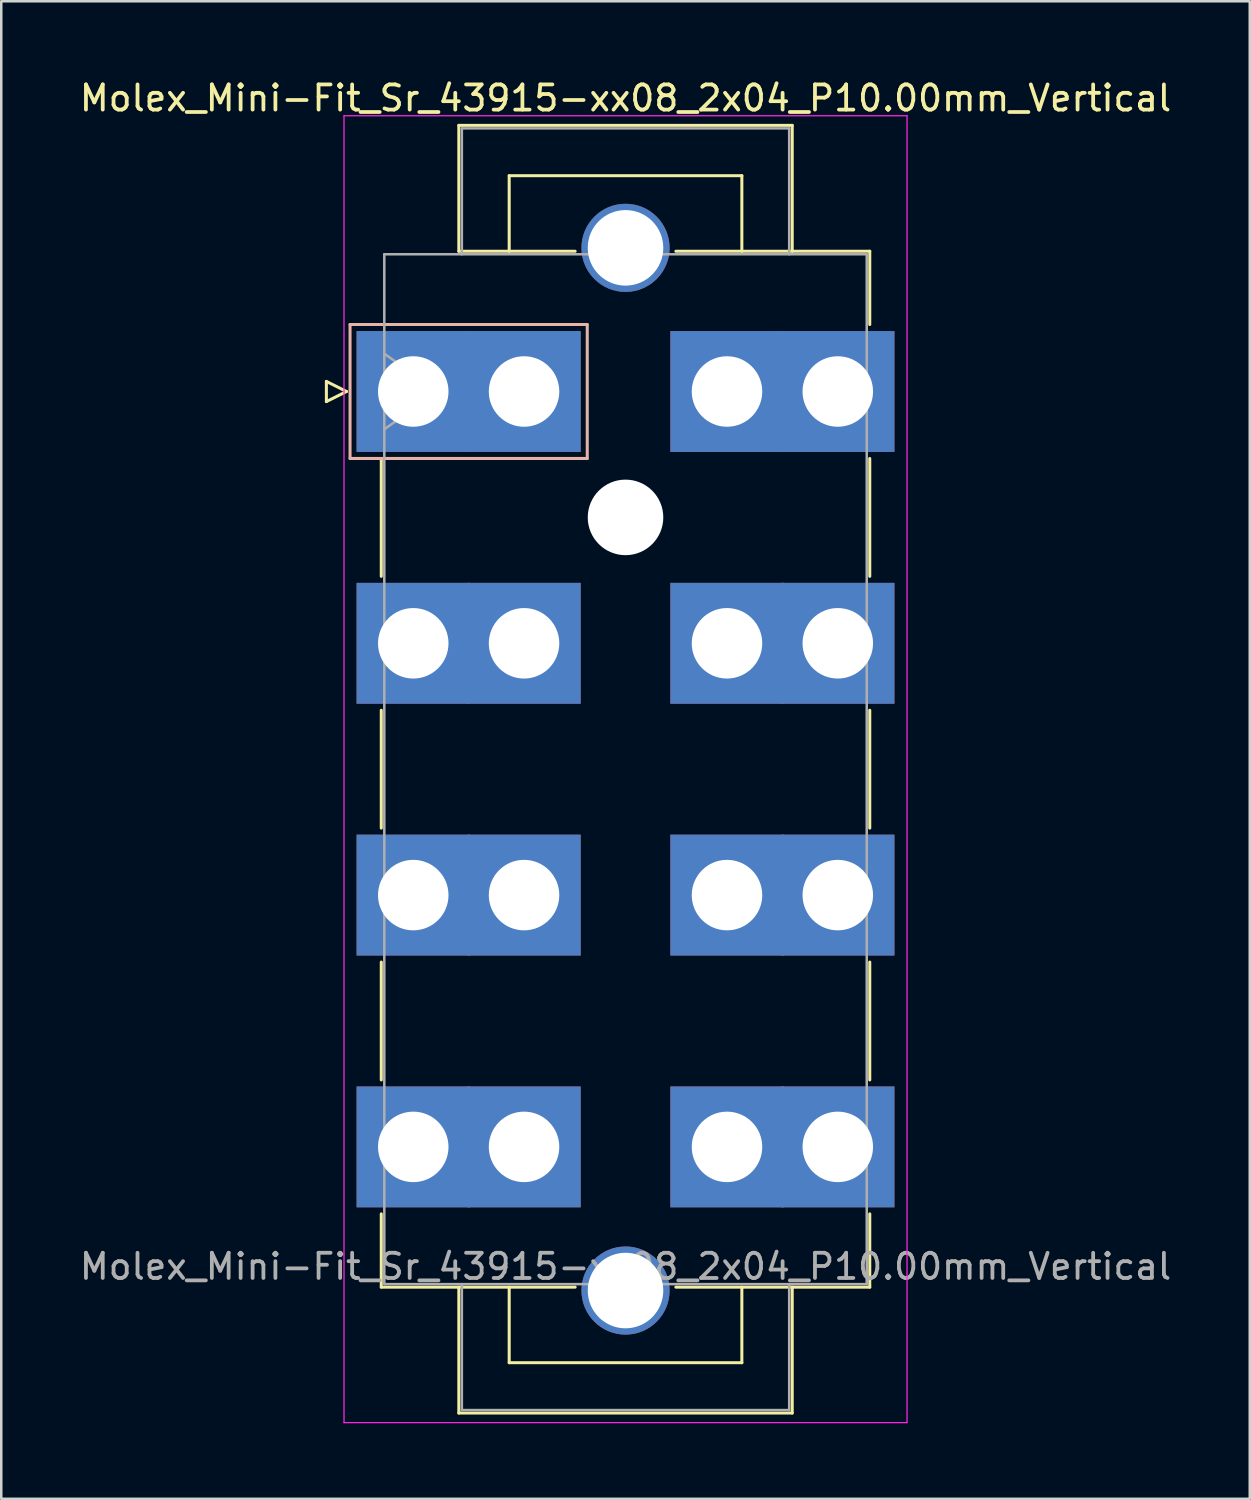
<source format=kicad_pcb>
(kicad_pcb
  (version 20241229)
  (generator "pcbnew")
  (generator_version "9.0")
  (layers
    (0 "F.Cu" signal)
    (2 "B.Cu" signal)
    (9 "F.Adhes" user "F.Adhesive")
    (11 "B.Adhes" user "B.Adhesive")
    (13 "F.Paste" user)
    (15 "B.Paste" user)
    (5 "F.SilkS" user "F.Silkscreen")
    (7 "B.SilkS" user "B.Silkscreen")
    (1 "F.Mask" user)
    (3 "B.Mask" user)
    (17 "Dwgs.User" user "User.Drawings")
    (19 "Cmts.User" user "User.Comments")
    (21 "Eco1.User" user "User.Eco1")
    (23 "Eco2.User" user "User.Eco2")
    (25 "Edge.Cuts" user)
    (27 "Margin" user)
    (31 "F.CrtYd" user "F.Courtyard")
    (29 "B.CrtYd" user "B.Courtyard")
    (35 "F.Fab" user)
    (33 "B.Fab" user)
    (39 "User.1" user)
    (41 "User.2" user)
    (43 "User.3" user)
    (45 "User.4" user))
  (footprint "Molex_Mini-Fit_Sr_43915-xx08_2x04_P10.00mm_Vertical"
    (layer "F.Cu")
    (at 13.362 12.498)
    (property "Reference" "Molex_Mini-Fit_Sr_43915-xx08_2x04_P10.00mm_Vertical" (at 8.43 -11.65 0) (layer "F.SilkS") (effects (font (size 1 1) (thickness 0.15))))
    (attr through_hole)
    (fp_line (start -3.45 -0.4) (end -3.45 0.4) (stroke (width 0.12) (type solid)) (layer "F.SilkS"))
    (fp_line (start -3.45 0.4) (end -2.65 0) (stroke (width 0.12) (type solid)) (layer "F.SilkS"))
    (fp_line (start -2.65 0) (end -3.45 -0.4) (stroke (width 0.12) (type solid)) (layer "F.SilkS"))
    (fp_line (start -1.27 2.66) (end -1.27 7.34) (stroke (width 0.12) (type solid)) (layer "F.SilkS"))
    (fp_line (start -1.27 12.66) (end -1.27 17.34) (stroke (width 0.12) (type solid)) (layer "F.SilkS"))
    (fp_line (start -1.27 22.66) (end -1.27 27.34) (stroke (width 0.12) (type solid)) (layer "F.SilkS"))
    (fp_line (start -1.27 32.66) (end -1.27 35.57) (stroke (width 0.12) (type solid)) (layer "F.SilkS"))
    (fp_line (start -1.27 35.57) (end 6.43 35.57) (stroke (width 0.12) (type solid)) (layer "F.SilkS"))
    (fp_line (start 1.81 -10.57) (end 15.05 -10.57) (stroke (width 0.12) (type solid)) (layer "F.SilkS"))
    (fp_line (start 1.81 -5.57) (end 1.81 -10.57) (stroke (width 0.12) (type solid)) (layer "F.SilkS"))
    (fp_line (start 1.81 35.57) (end 1.81 40.57) (stroke (width 0.12) (type solid)) (layer "F.SilkS"))
    (fp_line (start 1.81 40.57) (end 15.05 40.57) (stroke (width 0.12) (type solid)) (layer "F.SilkS"))
    (fp_line (start 3.81 -8.57) (end 13.05 -8.57) (stroke (width 0.12) (type solid)) (layer "F.SilkS"))
    (fp_line (start 3.81 -5.57) (end 3.81 -8.57) (stroke (width 0.12) (type solid)) (layer "F.SilkS"))
    (fp_line (start 3.81 35.57) (end 3.81 38.57) (stroke (width 0.12) (type solid)) (layer "F.SilkS"))
    (fp_line (start 3.81 38.57) (end 13.05 38.57) (stroke (width 0.12) (type solid)) (layer "F.SilkS"))
    (fp_line (start 6.43 -5.57) (end 1.81 -5.57) (stroke (width 0.12) (type solid)) (layer "F.SilkS"))
    (fp_line (start 13.05 -8.57) (end 13.05 -5.57) (stroke (width 0.12) (type solid)) (layer "F.SilkS"))
    (fp_line (start 13.05 38.57) (end 13.05 35.57) (stroke (width 0.12) (type solid)) (layer "F.SilkS"))
    (fp_line (start 15.05 -10.57) (end 15.05 -5.57) (stroke (width 0.12) (type solid)) (layer "F.SilkS"))
    (fp_line (start 15.05 40.57) (end 15.05 35.57) (stroke (width 0.12) (type solid)) (layer "F.SilkS"))
    (fp_line (start 18.13 -5.57) (end 10.43 -5.57) (stroke (width 0.12) (type solid)) (layer "F.SilkS"))
    (fp_line (start 18.13 -2.66) (end 18.13 -5.57) (stroke (width 0.12) (type solid)) (layer "F.SilkS"))
    (fp_line (start 18.13 2.66) (end 18.13 7.34) (stroke (width 0.12) (type solid)) (layer "F.SilkS"))
    (fp_line (start 18.13 12.66) (end 18.13 17.34) (stroke (width 0.12) (type solid)) (layer "F.SilkS"))
    (fp_line (start 18.13 22.66) (end 18.13 27.34) (stroke (width 0.12) (type solid)) (layer "F.SilkS"))
    (fp_line (start 18.13 32.66) (end 18.13 35.57) (stroke (width 0.12) (type solid)) (layer "F.SilkS"))
    (fp_line (start 18.13 35.57) (end 10.43 35.57) (stroke (width 0.12) (type solid)) (layer "F.SilkS"))
    (fp_line (start -2.51 -2.66) (end -2.51 2.66) (stroke (width 0.12) (type solid)) (layer "B.SilkS"))
    (fp_line (start -2.51 2.66) (end 6.91 2.66) (stroke (width 0.12) (type solid)) (layer "B.SilkS"))
    (fp_line (start 6.91 -2.66) (end -2.51 -2.66) (stroke (width 0.12) (type solid)) (layer "B.SilkS"))
    (fp_line (start 6.91 2.66) (end 6.91 -2.66) (stroke (width 0.12) (type solid)) (layer "B.SilkS"))
    (fp_line (start -2.75 -10.95) (end -2.75 40.95) (stroke (width 0.05) (type solid)) (layer "F.CrtYd"))
    (fp_line (start -2.75 40.95) (end 19.61 40.95) (stroke (width 0.05) (type solid)) (layer "F.CrtYd"))
    (fp_line (start 19.61 -10.95) (end -2.75 -10.95) (stroke (width 0.05) (type solid)) (layer "F.CrtYd"))
    (fp_line (start 19.61 40.95) (end 19.61 -10.95) (stroke (width 0.05) (type solid)) (layer "F.CrtYd"))
    (fp_line (start -1.15 -5.45) (end -1.15 35.45) (stroke (width 0.1) (type solid)) (layer "F.Fab"))
    (fp_line (start -1.15 -1.5) (end 0.971 0) (stroke (width 0.1) (type solid)) (layer "F.Fab"))
    (fp_line (start -1.15 35.45) (end 18.01 35.45) (stroke (width 0.1) (type solid)) (layer "F.Fab"))
    (fp_line (start 0.971 0) (end -1.15 1.5) (stroke (width 0.1) (type solid)) (layer "F.Fab"))
    (fp_line (start 1.93 -10.45) (end 14.93 -10.45) (stroke (width 0.1) (type solid)) (layer "F.Fab"))
    (fp_line (start 1.93 -5.45) (end 1.93 -10.45) (stroke (width 0.1) (type solid)) (layer "F.Fab"))
    (fp_line (start 1.93 35.45) (end 1.93 40.45) (stroke (width 0.1) (type solid)) (layer "F.Fab"))
    (fp_line (start 1.93 40.45) (end 14.93 40.45) (stroke (width 0.1) (type solid)) (layer "F.Fab"))
    (fp_line (start 14.93 -10.45) (end 14.93 -5.45) (stroke (width 0.1) (type solid)) (layer "F.Fab"))
    (fp_line (start 14.93 40.45) (end 14.93 35.45) (stroke (width 0.1) (type solid)) (layer "F.Fab"))
    (fp_line (start 18.01 -5.45) (end -1.15 -5.45) (stroke (width 0.1) (type solid)) (layer "F.Fab"))
    (fp_line (start 18.01 35.45) (end 18.01 -5.45) (stroke (width 0.1) (type solid)) (layer "F.Fab"))
    (fp_text user "${REFERENCE}" (at 8.43 34.75 0) (layer "F.Fab") (effects (font (size 1 1) (thickness 0.15))))
    (pad "" thru_hole circle (at 8.43 -5.705) (size 3.5 3.5) (drill 3) (layers "*.Cu" "*.Mask"))
    (pad "" np_thru_hole circle (at 8.43 5) (size 3 3) (drill 3) (layers "*.Cu" "*.Mask"))
    (pad "" thru_hole circle (at 8.43 35.705) (size 3.5 3.5) (drill 3) (layers "*.Cu" "*.Mask"))
    (pad "1" thru_hole rect (at 0 0) (size 4.5 4.8) (drill 2.8) (layers "*.Cu" "*.Mask"))
    (pad "1" thru_hole rect (at 4.4 0) (size 4.5 4.8) (drill 2.8) (layers "*.Cu" "*.Mask"))
    (pad "2" thru_hole rect (at 0 10) (size 4.5 4.8) (drill 2.8) (layers "*.Cu" "*.Mask"))
    (pad "2" thru_hole rect (at 4.4 10) (size 4.5 4.8) (drill 2.8) (layers "*.Cu" "*.Mask"))
    (pad "3" thru_hole rect (at 0 20) (size 4.5 4.8) (drill 2.8) (layers "*.Cu" "*.Mask"))
    (pad "3" thru_hole rect (at 4.4 20) (size 4.5 4.8) (drill 2.8) (layers "*.Cu" "*.Mask"))
    (pad "4" thru_hole rect (at 0 30) (size 4.5 4.8) (drill 2.8) (layers "*.Cu" "*.Mask"))
    (pad "4" thru_hole rect (at 4.4 30) (size 4.5 4.8) (drill 2.8) (layers "*.Cu" "*.Mask"))
    (pad "5" thru_hole rect (at 12.46 0) (size 4.5 4.8) (drill 2.8) (layers "*.Cu" "*.Mask"))
    (pad "5" thru_hole rect (at 16.86 0) (size 4.5 4.8) (drill 2.8) (layers "*.Cu" "*.Mask"))
    (pad "6" thru_hole rect (at 12.46 10) (size 4.5 4.8) (drill 2.8) (layers "*.Cu" "*.Mask"))
    (pad "6" thru_hole rect (at 16.86 10) (size 4.5 4.8) (drill 2.8) (layers "*.Cu" "*.Mask"))
    (pad "7" thru_hole rect (at 12.46 20) (size 4.5 4.8) (drill 2.8) (layers "*.Cu" "*.Mask"))
    (pad "7" thru_hole rect (at 16.86 20) (size 4.5 4.8) (drill 2.8) (layers "*.Cu" "*.Mask"))
    (pad "8" thru_hole rect (at 12.46 30) (size 4.5 4.8) (drill 2.8) (layers "*.Cu" "*.Mask"))
    (pad "8" thru_hole rect (at 16.86 30) (size 4.5 4.8) (drill 2.8) (layers "*.Cu" "*.Mask")))
  (gr_rect
    (start -3 -3)
    (end 46.583 56.473)
    (stroke (width 0.1) (type default))
    (fill no)
    (layer "Edge.Cuts")))
</source>
